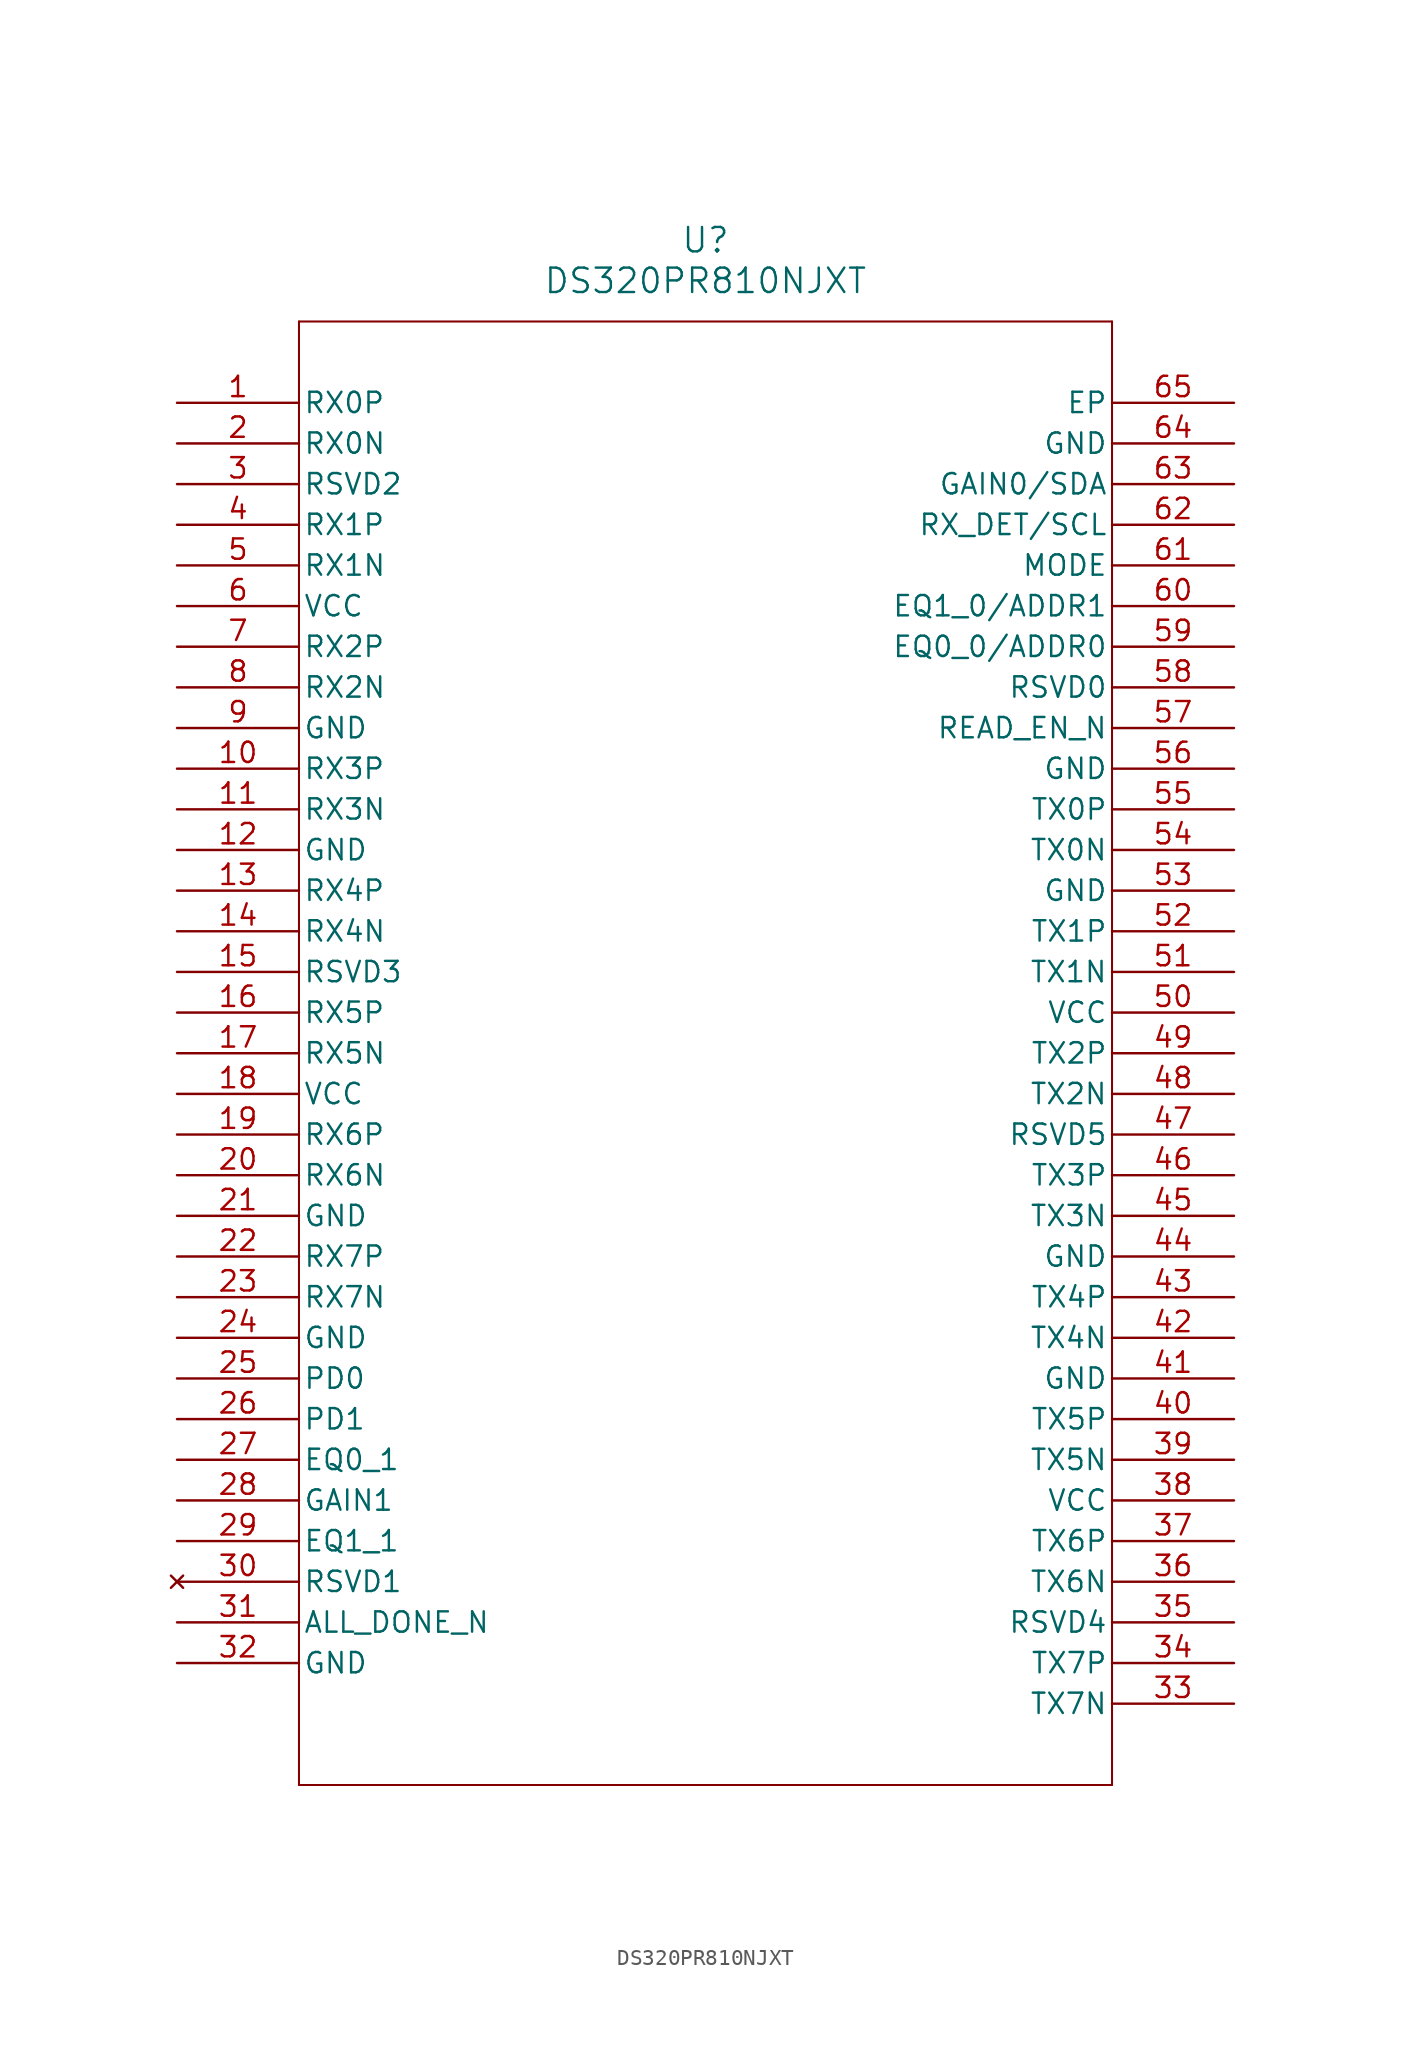
<source format=kicad_sym>
(kicad_symbol_lib
  (version 20211014)
  (generator kicad_symbol_editor)
  (symbol "DS320PR810NJXT"
    (pin_names
      (offset 0.254))
    (property "Reference" "U"
      (at 33.02 10.16 0)
      (effects (font (size 1.524 1.524))))
    (property "Value" "DS320PR810NJXT"
      (at 33.02 7.62 0)
      (effects (font (size 1.524 1.524))))
    (symbol "DS320PR810NJXT_0_1"
      (polyline (pts (xy 7.62 5.08) (xy 7.62 -86.36)) (stroke (width 0.127) (type default) (color 0 0 0 0)) (fill (type none)))
      (polyline (pts (xy 7.62 -86.36) (xy 58.42 -86.36)) (stroke (width 0.127) (type default) (color 0 0 0 0)) (fill (type none)))
      (polyline (pts (xy 58.42 -86.36) (xy 58.42 5.08)) (stroke (width 0.127) (type default) (color 0 0 0 0)) (fill (type none)))
      (polyline (pts (xy 58.42 5.08) (xy 7.62 5.08)) (stroke (width 0.127) (type default) (color 0 0 0 0)) (fill (type none)))
      (pin input line (at 0 0 0) (length 7.62) (name "RX0P" (effects (font (size 1.27 1.27)))) (number "1" (effects (font (size 1.27 1.27)))))
      (pin input line (at 0 -2.54 0) (length 7.62) (name "RX0N" (effects (font (size 1.27 1.27)))) (number "2" (effects (font (size 1.27 1.27)))))
      (pin unspecified line (at 0 -5.08 0) (length 7.62) (name "RSVD2" (effects (font (size 1.27 1.27)))) (number "3" (effects (font (size 1.27 1.27)))))
      (pin input line (at 0 -7.62 0) (length 7.62) (name "RX1P" (effects (font (size 1.27 1.27)))) (number "4" (effects (font (size 1.27 1.27)))))
      (pin input line (at 0 -10.16 0) (length 7.62) (name "RX1N" (effects (font (size 1.27 1.27)))) (number "5" (effects (font (size 1.27 1.27)))))
      (pin power_in line (at 0 -12.7 0) (length 7.62) (name "VCC" (effects (font (size 1.27 1.27)))) (number "6" (effects (font (size 1.27 1.27)))))
      (pin input line (at 0 -15.24 0) (length 7.62) (name "RX2P" (effects (font (size 1.27 1.27)))) (number "7" (effects (font (size 1.27 1.27)))))
      (pin input line (at 0 -17.78 0) (length 7.62) (name "RX2N" (effects (font (size 1.27 1.27)))) (number "8" (effects (font (size 1.27 1.27)))))
      (pin power_out line (at 0 -20.32 0) (length 7.62) (name "GND" (effects (font (size 1.27 1.27)))) (number "9" (effects (font (size 1.27 1.27)))))
      (pin input line (at 0 -22.86 0) (length 7.62) (name "RX3P" (effects (font (size 1.27 1.27)))) (number "10" (effects (font (size 1.27 1.27)))))
      (pin input line (at 0 -25.4 0) (length 7.62) (name "RX3N" (effects (font (size 1.27 1.27)))) (number "11" (effects (font (size 1.27 1.27)))))
      (pin power_out line (at 0 -27.94 0) (length 7.62) (name "GND" (effects (font (size 1.27 1.27)))) (number "12" (effects (font (size 1.27 1.27)))))
      (pin input line (at 0 -30.48 0) (length 7.62) (name "RX4P" (effects (font (size 1.27 1.27)))) (number "13" (effects (font (size 1.27 1.27)))))
      (pin input line (at 0 -33.02 0) (length 7.62) (name "RX4N" (effects (font (size 1.27 1.27)))) (number "14" (effects (font (size 1.27 1.27)))))
      (pin unspecified line (at 0 -35.56 0) (length 7.62) (name "RSVD3" (effects (font (size 1.27 1.27)))) (number "15" (effects (font (size 1.27 1.27)))))
      (pin input line (at 0 -38.1 0) (length 7.62) (name "RX5P" (effects (font (size 1.27 1.27)))) (number "16" (effects (font (size 1.27 1.27)))))
      (pin input line (at 0 -40.64 0) (length 7.62) (name "RX5N" (effects (font (size 1.27 1.27)))) (number "17" (effects (font (size 1.27 1.27)))))
      (pin power_in line (at 0 -43.18 0) (length 7.62) (name "VCC" (effects (font (size 1.27 1.27)))) (number "18" (effects (font (size 1.27 1.27)))))
      (pin input line (at 0 -45.72 0) (length 7.62) (name "RX6P" (effects (font (size 1.27 1.27)))) (number "19" (effects (font (size 1.27 1.27)))))
      (pin input line (at 0 -48.26 0) (length 7.62) (name "RX6N" (effects (font (size 1.27 1.27)))) (number "20" (effects (font (size 1.27 1.27)))))
      (pin power_out line (at 0 -50.8 0) (length 7.62) (name "GND" (effects (font (size 1.27 1.27)))) (number "21" (effects (font (size 1.27 1.27)))))
      (pin input line (at 0 -53.34 0) (length 7.62) (name "RX7P" (effects (font (size 1.27 1.27)))) (number "22" (effects (font (size 1.27 1.27)))))
      (pin input line (at 0 -55.88 0) (length 7.62) (name "RX7N" (effects (font (size 1.27 1.27)))) (number "23" (effects (font (size 1.27 1.27)))))
      (pin power_out line (at 0 -58.42 0) (length 7.62) (name "GND" (effects (font (size 1.27 1.27)))) (number "24" (effects (font (size 1.27 1.27)))))
      (pin input line (at 0 -60.96 0) (length 7.62) (name "PD0" (effects (font (size 1.27 1.27)))) (number "25" (effects (font (size 1.27 1.27)))))
      (pin input line (at 0 -63.5 0) (length 7.62) (name "PD1" (effects (font (size 1.27 1.27)))) (number "26" (effects (font (size 1.27 1.27)))))
      (pin input line (at 0 -66.04 0) (length 7.62) (name "EQ0_1" (effects (font (size 1.27 1.27)))) (number "27" (effects (font (size 1.27 1.27)))))
      (pin input line (at 0 -68.58 0) (length 7.62) (name "GAIN1" (effects (font (size 1.27 1.27)))) (number "28" (effects (font (size 1.27 1.27)))))
      (pin input line (at 0 -71.12 0) (length 7.62) (name "EQ1_1" (effects (font (size 1.27 1.27)))) (number "29" (effects (font (size 1.27 1.27)))))
      (pin no_connect line (at 0 -73.66 0) (length 7.62) (name "RSVD1" (effects (font (size 1.27 1.27)))) (number "30" (effects (font (size 1.27 1.27)))))
      (pin output line (at 0 -76.2 0) (length 7.62) (name "ALL_DONE_N" (effects (font (size 1.27 1.27)))) (number "31" (effects (font (size 1.27 1.27)))))
      (pin power_out line (at 0 -78.74 0) (length 7.62) (name "GND" (effects (font (size 1.27 1.27)))) (number "32" (effects (font (size 1.27 1.27)))))
      (pin output line (at 66.04 -81.28 180) (length 7.62) (name "TX7N" (effects (font (size 1.27 1.27)))) (number "33" (effects (font (size 1.27 1.27)))))
      (pin output line (at 66.04 -78.74 180) (length 7.62) (name "TX7P" (effects (font (size 1.27 1.27)))) (number "34" (effects (font (size 1.27 1.27)))))
      (pin unspecified line (at 66.04 -76.2 180) (length 7.62) (name "RSVD4" (effects (font (size 1.27 1.27)))) (number "35" (effects (font (size 1.27 1.27)))))
      (pin output line (at 66.04 -73.66 180) (length 7.62) (name "TX6N" (effects (font (size 1.27 1.27)))) (number "36" (effects (font (size 1.27 1.27)))))
      (pin output line (at 66.04 -71.12 180) (length 7.62) (name "TX6P" (effects (font (size 1.27 1.27)))) (number "37" (effects (font (size 1.27 1.27)))))
      (pin power_in line (at 66.04 -68.58 180) (length 7.62) (name "VCC" (effects (font (size 1.27 1.27)))) (number "38" (effects (font (size 1.27 1.27)))))
      (pin output line (at 66.04 -66.04 180) (length 7.62) (name "TX5N" (effects (font (size 1.27 1.27)))) (number "39" (effects (font (size 1.27 1.27)))))
      (pin output line (at 66.04 -63.5 180) (length 7.62) (name "TX5P" (effects (font (size 1.27 1.27)))) (number "40" (effects (font (size 1.27 1.27)))))
      (pin power_out line (at 66.04 -60.96 180) (length 7.62) (name "GND" (effects (font (size 1.27 1.27)))) (number "41" (effects (font (size 1.27 1.27)))))
      (pin output line (at 66.04 -58.42 180) (length 7.62) (name "TX4N" (effects (font (size 1.27 1.27)))) (number "42" (effects (font (size 1.27 1.27)))))
      (pin output line (at 66.04 -55.88 180) (length 7.62) (name "TX4P" (effects (font (size 1.27 1.27)))) (number "43" (effects (font (size 1.27 1.27)))))
      (pin power_out line (at 66.04 -53.34 180) (length 7.62) (name "GND" (effects (font (size 1.27 1.27)))) (number "44" (effects (font (size 1.27 1.27)))))
      (pin output line (at 66.04 -50.8 180) (length 7.62) (name "TX3N" (effects (font (size 1.27 1.27)))) (number "45" (effects (font (size 1.27 1.27)))))
      (pin output line (at 66.04 -48.26 180) (length 7.62) (name "TX3P" (effects (font (size 1.27 1.27)))) (number "46" (effects (font (size 1.27 1.27)))))
      (pin unspecified line (at 66.04 -45.72 180) (length 7.62) (name "RSVD5" (effects (font (size 1.27 1.27)))) (number "47" (effects (font (size 1.27 1.27)))))
      (pin output line (at 66.04 -43.18 180) (length 7.62) (name "TX2N" (effects (font (size 1.27 1.27)))) (number "48" (effects (font (size 1.27 1.27)))))
      (pin output line (at 66.04 -40.64 180) (length 7.62) (name "TX2P" (effects (font (size 1.27 1.27)))) (number "49" (effects (font (size 1.27 1.27)))))
      (pin power_in line (at 66.04 -38.1 180) (length 7.62) (name "VCC" (effects (font (size 1.27 1.27)))) (number "50" (effects (font (size 1.27 1.27)))))
      (pin output line (at 66.04 -35.56 180) (length 7.62) (name "TX1N" (effects (font (size 1.27 1.27)))) (number "51" (effects (font (size 1.27 1.27)))))
      (pin output line (at 66.04 -33.02 180) (length 7.62) (name "TX1P" (effects (font (size 1.27 1.27)))) (number "52" (effects (font (size 1.27 1.27)))))
      (pin power_out line (at 66.04 -30.48 180) (length 7.62) (name "GND" (effects (font (size 1.27 1.27)))) (number "53" (effects (font (size 1.27 1.27)))))
      (pin output line (at 66.04 -27.94 180) (length 7.62) (name "TX0N" (effects (font (size 1.27 1.27)))) (number "54" (effects (font (size 1.27 1.27)))))
      (pin output line (at 66.04 -25.4 180) (length 7.62) (name "TX0P" (effects (font (size 1.27 1.27)))) (number "55" (effects (font (size 1.27 1.27)))))
      (pin power_out line (at 66.04 -22.86 180) (length 7.62) (name "GND" (effects (font (size 1.27 1.27)))) (number "56" (effects (font (size 1.27 1.27)))))
      (pin input line (at 66.04 -20.32 180) (length 7.62) (name "READ_EN_N" (effects (font (size 1.27 1.27)))) (number "57" (effects (font (size 1.27 1.27)))))
      (pin input line (at 66.04 -17.78 180) (length 7.62) (name "RSVD0" (effects (font (size 1.27 1.27)))) (number "58" (effects (font (size 1.27 1.27)))))
      (pin input line (at 66.04 -15.24 180) (length 7.62) (name "EQ0_0/ADDR0" (effects (font (size 1.27 1.27)))) (number "59" (effects (font (size 1.27 1.27)))))
      (pin input line (at 66.04 -12.7 180) (length 7.62) (name "EQ1_0/ADDR1" (effects (font (size 1.27 1.27)))) (number "60" (effects (font (size 1.27 1.27)))))
      (pin input line (at 66.04 -10.16 180) (length 7.62) (name "MODE" (effects (font (size 1.27 1.27)))) (number "61" (effects (font (size 1.27 1.27)))))
      (pin unspecified line (at 66.04 -7.62 180) (length 7.62) (name "RX_DET/SCL" (effects (font (size 1.27 1.27)))) (number "62" (effects (font (size 1.27 1.27)))))
      (pin unspecified line (at 66.04 -5.08 180) (length 7.62) (name "GAIN0/SDA" (effects (font (size 1.27 1.27)))) (number "63" (effects (font (size 1.27 1.27)))))
      (pin power_out line (at 66.04 -2.54 180) (length 7.62) (name "GND" (effects (font (size 1.27 1.27)))) (number "64" (effects (font (size 1.27 1.27)))))
      (pin power_out line (at 66.04 0 180) (length 7.62) (name "EP" (effects (font (size 1.27 1.27)))) (number "65" (effects (font (size 1.27 1.27))))))))
</source>
